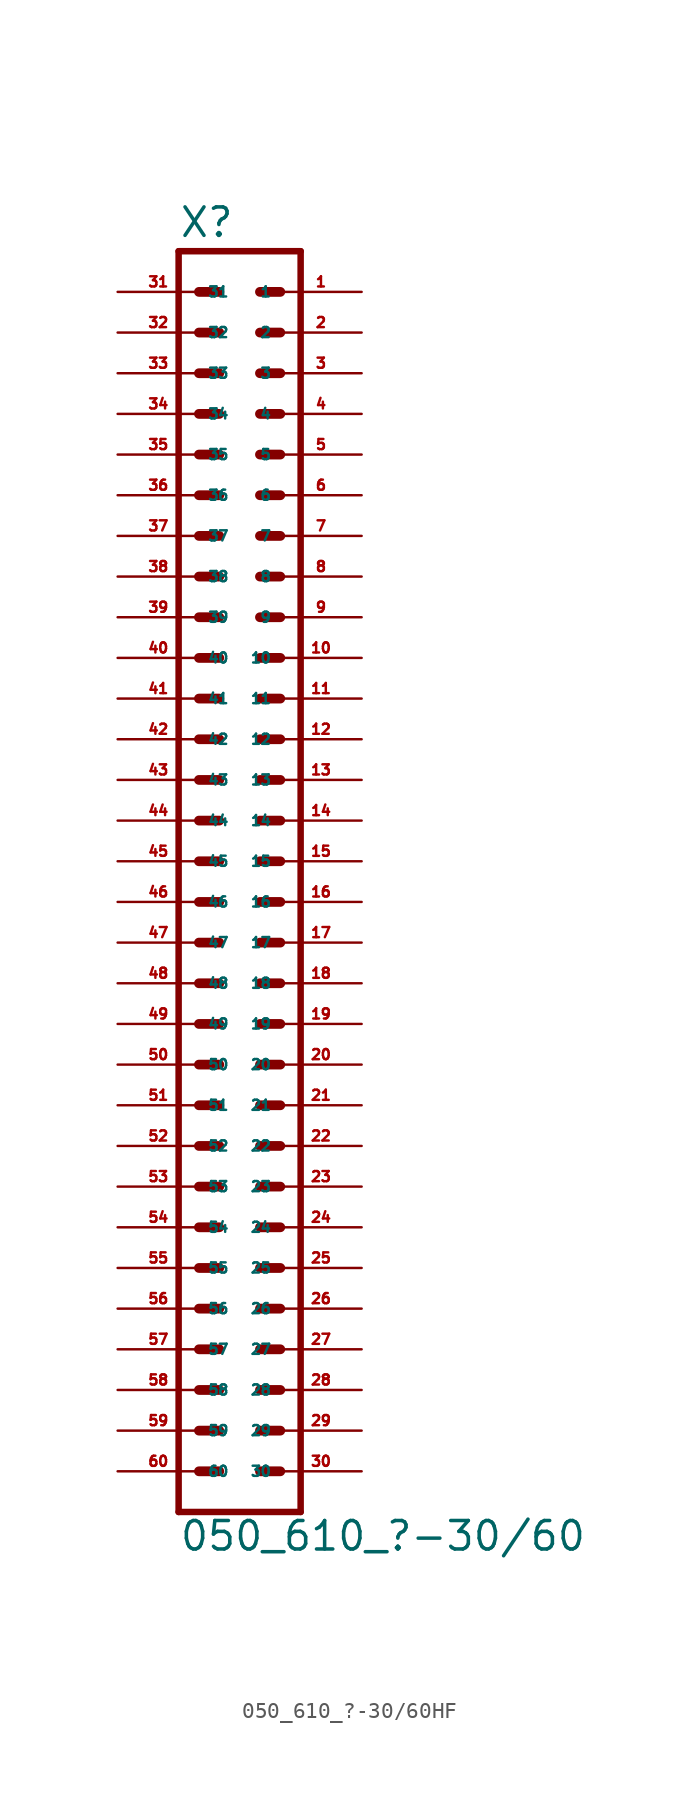
<source format=kicad_sym>
(kicad_symbol_lib
  (version 20220914)
  (generator Eagle2Kicad)
  (symbol "050_610_?-30/60HF"
    (property "Reference" "X"
      (at -3.81 38.862 0)
      (effects (font (size 1.778 1.778) (thickness 0.22)) (justify left bottom)))
    (property "Value" "050_610_?-30/60"
      (at -3.81 -43.18 0)
      (effects (font (size 1.778 1.778) (thickness 0.22)) (justify left bottom)))
    (polyline
      (pts (xy 3.81 -40.64) (xy -3.81 -40.64))
      (stroke (width 0.406) (type default))
      (fill (type none)))
    (polyline
      (pts (xy -3.81 38.1) (xy -3.81 -40.64))
      (stroke (width 0.406) (type default))
      (fill (type none)))
    (polyline
      (pts (xy 3.81 -40.64) (xy 3.81 38.1))
      (stroke (width 0.406) (type default))
      (fill (type none)))
    (polyline
      (pts (xy -3.81 38.1) (xy 3.81 38.1))
      (stroke (width 0.406) (type default))
      (fill (type none)))
    (polyline
      (pts (xy 1.27 35.56) (xy 2.54 35.56))
      (stroke (width 0.61) (type default))
      (fill (type none)))
    (polyline
      (pts (xy 1.27 33.02) (xy 2.54 33.02))
      (stroke (width 0.61) (type default))
      (fill (type none)))
    (polyline
      (pts (xy 1.27 30.48) (xy 2.54 30.48))
      (stroke (width 0.61) (type default))
      (fill (type none)))
    (polyline
      (pts (xy 1.27 27.94) (xy 2.54 27.94))
      (stroke (width 0.61) (type default))
      (fill (type none)))
    (polyline
      (pts (xy 1.27 25.4) (xy 2.54 25.4))
      (stroke (width 0.61) (type default))
      (fill (type none)))
    (polyline
      (pts (xy 1.27 22.86) (xy 2.54 22.86))
      (stroke (width 0.61) (type default))
      (fill (type none)))
    (polyline
      (pts (xy 1.27 20.32) (xy 2.54 20.32))
      (stroke (width 0.61) (type default))
      (fill (type none)))
    (polyline
      (pts (xy 1.27 17.78) (xy 2.54 17.78))
      (stroke (width 0.61) (type default))
      (fill (type none)))
    (polyline
      (pts (xy 1.27 15.24) (xy 2.54 15.24))
      (stroke (width 0.61) (type default))
      (fill (type none)))
    (polyline
      (pts (xy 1.27 12.7) (xy 2.54 12.7))
      (stroke (width 0.61) (type default))
      (fill (type none)))
    (polyline
      (pts (xy 1.27 10.16) (xy 2.54 10.16))
      (stroke (width 0.61) (type default))
      (fill (type none)))
    (polyline
      (pts (xy 1.27 7.62) (xy 2.54 7.62))
      (stroke (width 0.61) (type default))
      (fill (type none)))
    (polyline
      (pts (xy 1.27 5.08) (xy 2.54 5.08))
      (stroke (width 0.61) (type default))
      (fill (type none)))
    (polyline
      (pts (xy 1.27 2.54) (xy 2.54 2.54))
      (stroke (width 0.61) (type default))
      (fill (type none)))
    (polyline
      (pts (xy 1.27 0) (xy 2.54 0))
      (stroke (width 0.61) (type default))
      (fill (type none)))
    (polyline
      (pts (xy 1.27 -2.54) (xy 2.54 -2.54))
      (stroke (width 0.61) (type default))
      (fill (type none)))
    (polyline
      (pts (xy 1.27 -5.08) (xy 2.54 -5.08))
      (stroke (width 0.61) (type default))
      (fill (type none)))
    (polyline
      (pts (xy 1.27 -7.62) (xy 2.54 -7.62))
      (stroke (width 0.61) (type default))
      (fill (type none)))
    (polyline
      (pts (xy 1.27 -10.16) (xy 2.54 -10.16))
      (stroke (width 0.61) (type default))
      (fill (type none)))
    (polyline
      (pts (xy 1.27 -12.7) (xy 2.54 -12.7))
      (stroke (width 0.61) (type default))
      (fill (type none)))
    (polyline
      (pts (xy 1.27 -15.24) (xy 2.54 -15.24))
      (stroke (width 0.61) (type default))
      (fill (type none)))
    (polyline
      (pts (xy 1.27 -17.78) (xy 2.54 -17.78))
      (stroke (width 0.61) (type default))
      (fill (type none)))
    (polyline
      (pts (xy 1.27 -20.32) (xy 2.54 -20.32))
      (stroke (width 0.61) (type default))
      (fill (type none)))
    (polyline
      (pts (xy 1.27 -22.86) (xy 2.54 -22.86))
      (stroke (width 0.61) (type default))
      (fill (type none)))
    (polyline
      (pts (xy 1.27 -25.4) (xy 2.54 -25.4))
      (stroke (width 0.61) (type default))
      (fill (type none)))
    (polyline
      (pts (xy 1.27 -27.94) (xy 2.54 -27.94))
      (stroke (width 0.61) (type default))
      (fill (type none)))
    (polyline
      (pts (xy 1.27 -30.48) (xy 2.54 -30.48))
      (stroke (width 0.61) (type default))
      (fill (type none)))
    (polyline
      (pts (xy 1.27 -33.02) (xy 2.54 -33.02))
      (stroke (width 0.61) (type default))
      (fill (type none)))
    (polyline
      (pts (xy 1.27 -35.56) (xy 2.54 -35.56))
      (stroke (width 0.61) (type default))
      (fill (type none)))
    (polyline
      (pts (xy 1.27 -38.1) (xy 2.54 -38.1))
      (stroke (width 0.61) (type default))
      (fill (type none)))
    (polyline
      (pts (xy -1.27 35.56) (xy -2.54 35.56))
      (stroke (width 0.61) (type default))
      (fill (type none)))
    (polyline
      (pts (xy -1.27 33.02) (xy -2.54 33.02))
      (stroke (width 0.61) (type default))
      (fill (type none)))
    (polyline
      (pts (xy -1.27 30.48) (xy -2.54 30.48))
      (stroke (width 0.61) (type default))
      (fill (type none)))
    (polyline
      (pts (xy -1.27 27.94) (xy -2.54 27.94))
      (stroke (width 0.61) (type default))
      (fill (type none)))
    (polyline
      (pts (xy -1.27 25.4) (xy -2.54 25.4))
      (stroke (width 0.61) (type default))
      (fill (type none)))
    (polyline
      (pts (xy -1.27 22.86) (xy -2.54 22.86))
      (stroke (width 0.61) (type default))
      (fill (type none)))
    (polyline
      (pts (xy -1.27 20.32) (xy -2.54 20.32))
      (stroke (width 0.61) (type default))
      (fill (type none)))
    (polyline
      (pts (xy -1.27 17.78) (xy -2.54 17.78))
      (stroke (width 0.61) (type default))
      (fill (type none)))
    (polyline
      (pts (xy -1.27 15.24) (xy -2.54 15.24))
      (stroke (width 0.61) (type default))
      (fill (type none)))
    (polyline
      (pts (xy -1.27 12.7) (xy -2.54 12.7))
      (stroke (width 0.61) (type default))
      (fill (type none)))
    (polyline
      (pts (xy -1.27 10.16) (xy -2.54 10.16))
      (stroke (width 0.61) (type default))
      (fill (type none)))
    (polyline
      (pts (xy -1.27 7.62) (xy -2.54 7.62))
      (stroke (width 0.61) (type default))
      (fill (type none)))
    (polyline
      (pts (xy -1.27 5.08) (xy -2.54 5.08))
      (stroke (width 0.61) (type default))
      (fill (type none)))
    (polyline
      (pts (xy -1.27 2.54) (xy -2.54 2.54))
      (stroke (width 0.61) (type default))
      (fill (type none)))
    (polyline
      (pts (xy -1.27 0) (xy -2.54 0))
      (stroke (width 0.61) (type default))
      (fill (type none)))
    (polyline
      (pts (xy -1.27 -2.54) (xy -2.54 -2.54))
      (stroke (width 0.61) (type default))
      (fill (type none)))
    (polyline
      (pts (xy -1.27 -5.08) (xy -2.54 -5.08))
      (stroke (width 0.61) (type default))
      (fill (type none)))
    (polyline
      (pts (xy -1.27 -7.62) (xy -2.54 -7.62))
      (stroke (width 0.61) (type default))
      (fill (type none)))
    (polyline
      (pts (xy -1.27 -10.16) (xy -2.54 -10.16))
      (stroke (width 0.61) (type default))
      (fill (type none)))
    (polyline
      (pts (xy -1.27 -12.7) (xy -2.54 -12.7))
      (stroke (width 0.61) (type default))
      (fill (type none)))
    (polyline
      (pts (xy -1.27 -15.24) (xy -2.54 -15.24))
      (stroke (width 0.61) (type default))
      (fill (type none)))
    (polyline
      (pts (xy -1.27 -17.78) (xy -2.54 -17.78))
      (stroke (width 0.61) (type default))
      (fill (type none)))
    (polyline
      (pts (xy -1.27 -20.32) (xy -2.54 -20.32))
      (stroke (width 0.61) (type default))
      (fill (type none)))
    (polyline
      (pts (xy -1.27 -22.86) (xy -2.54 -22.86))
      (stroke (width 0.61) (type default))
      (fill (type none)))
    (polyline
      (pts (xy -1.27 -25.4) (xy -2.54 -25.4))
      (stroke (width 0.61) (type default))
      (fill (type none)))
    (polyline
      (pts (xy -1.27 -27.94) (xy -2.54 -27.94))
      (stroke (width 0.61) (type default))
      (fill (type none)))
    (polyline
      (pts (xy -1.27 -30.48) (xy -2.54 -30.48))
      (stroke (width 0.61) (type default))
      (fill (type none)))
    (polyline
      (pts (xy -1.27 -33.02) (xy -2.54 -33.02))
      (stroke (width 0.61) (type default))
      (fill (type none)))
    (polyline
      (pts (xy -1.27 -35.56) (xy -2.54 -35.56))
      (stroke (width 0.61) (type default))
      (fill (type none)))
    (polyline
      (pts (xy -1.27 -38.1) (xy -2.54 -38.1))
      (stroke (width 0.61) (type default))
      (fill (type none)))
    (pin passive line
      (at 7.62 35.56 180)
      (length 5.08)
      (name "1" (effects (font (size 0.635 0.635) (thickness 0.08)) (justify left bottom)))
      (number "1" (effects (font (size 0.635 0.635) (thickness 0.08)) (justify left bottom))))
    (pin passive line
      (at 7.62 33.02 180)
      (length 5.08)
      (name "2" (effects (font (size 0.635 0.635) (thickness 0.08)) (justify left bottom)))
      (number "2" (effects (font (size 0.635 0.635) (thickness 0.08)) (justify left bottom))))
    (pin passive line
      (at 7.62 30.48 180)
      (length 5.08)
      (name "3" (effects (font (size 0.635 0.635) (thickness 0.08)) (justify left bottom)))
      (number "3" (effects (font (size 0.635 0.635) (thickness 0.08)) (justify left bottom))))
    (pin passive line
      (at 7.62 27.94 180)
      (length 5.08)
      (name "4" (effects (font (size 0.635 0.635) (thickness 0.08)) (justify left bottom)))
      (number "4" (effects (font (size 0.635 0.635) (thickness 0.08)) (justify left bottom))))
    (pin passive line
      (at 7.62 25.4 180)
      (length 5.08)
      (name "5" (effects (font (size 0.635 0.635) (thickness 0.08)) (justify left bottom)))
      (number "5" (effects (font (size 0.635 0.635) (thickness 0.08)) (justify left bottom))))
    (pin passive line
      (at 7.62 22.86 180)
      (length 5.08)
      (name "6" (effects (font (size 0.635 0.635) (thickness 0.08)) (justify left bottom)))
      (number "6" (effects (font (size 0.635 0.635) (thickness 0.08)) (justify left bottom))))
    (pin passive line
      (at 7.62 20.32 180)
      (length 5.08)
      (name "7" (effects (font (size 0.635 0.635) (thickness 0.08)) (justify left bottom)))
      (number "7" (effects (font (size 0.635 0.635) (thickness 0.08)) (justify left bottom))))
    (pin passive line
      (at 7.62 17.78 180)
      (length 5.08)
      (name "8" (effects (font (size 0.635 0.635) (thickness 0.08)) (justify left bottom)))
      (number "8" (effects (font (size 0.635 0.635) (thickness 0.08)) (justify left bottom))))
    (pin passive line
      (at 7.62 15.24 180)
      (length 5.08)
      (name "9" (effects (font (size 0.635 0.635) (thickness 0.08)) (justify left bottom)))
      (number "9" (effects (font (size 0.635 0.635) (thickness 0.08)) (justify left bottom))))
    (pin passive line
      (at 7.62 12.7 180)
      (length 5.08)
      (name "10" (effects (font (size 0.635 0.635) (thickness 0.08)) (justify left bottom)))
      (number "10" (effects (font (size 0.635 0.635) (thickness 0.08)) (justify left bottom))))
    (pin passive line
      (at 7.62 10.16 180)
      (length 5.08)
      (name "11" (effects (font (size 0.635 0.635) (thickness 0.08)) (justify left bottom)))
      (number "11" (effects (font (size 0.635 0.635) (thickness 0.08)) (justify left bottom))))
    (pin passive line
      (at 7.62 7.62 180)
      (length 5.08)
      (name "12" (effects (font (size 0.635 0.635) (thickness 0.08)) (justify left bottom)))
      (number "12" (effects (font (size 0.635 0.635) (thickness 0.08)) (justify left bottom))))
    (pin passive line
      (at 7.62 5.08 180)
      (length 5.08)
      (name "13" (effects (font (size 0.635 0.635) (thickness 0.08)) (justify left bottom)))
      (number "13" (effects (font (size 0.635 0.635) (thickness 0.08)) (justify left bottom))))
    (pin passive line
      (at 7.62 2.54 180)
      (length 5.08)
      (name "14" (effects (font (size 0.635 0.635) (thickness 0.08)) (justify left bottom)))
      (number "14" (effects (font (size 0.635 0.635) (thickness 0.08)) (justify left bottom))))
    (pin passive line
      (at 7.62 0 180)
      (length 5.08)
      (name "15" (effects (font (size 0.635 0.635) (thickness 0.08)) (justify left bottom)))
      (number "15" (effects (font (size 0.635 0.635) (thickness 0.08)) (justify left bottom))))
    (pin passive line
      (at 7.62 -2.54 180)
      (length 5.08)
      (name "16" (effects (font (size 0.635 0.635) (thickness 0.08)) (justify left bottom)))
      (number "16" (effects (font (size 0.635 0.635) (thickness 0.08)) (justify left bottom))))
    (pin passive line
      (at 7.62 -5.08 180)
      (length 5.08)
      (name "17" (effects (font (size 0.635 0.635) (thickness 0.08)) (justify left bottom)))
      (number "17" (effects (font (size 0.635 0.635) (thickness 0.08)) (justify left bottom))))
    (pin passive line
      (at 7.62 -7.62 180)
      (length 5.08)
      (name "18" (effects (font (size 0.635 0.635) (thickness 0.08)) (justify left bottom)))
      (number "18" (effects (font (size 0.635 0.635) (thickness 0.08)) (justify left bottom))))
    (pin passive line
      (at 7.62 -10.16 180)
      (length 5.08)
      (name "19" (effects (font (size 0.635 0.635) (thickness 0.08)) (justify left bottom)))
      (number "19" (effects (font (size 0.635 0.635) (thickness 0.08)) (justify left bottom))))
    (pin passive line
      (at 7.62 -12.7 180)
      (length 5.08)
      (name "20" (effects (font (size 0.635 0.635) (thickness 0.08)) (justify left bottom)))
      (number "20" (effects (font (size 0.635 0.635) (thickness 0.08)) (justify left bottom))))
    (pin passive line
      (at 7.62 -15.24 180)
      (length 5.08)
      (name "21" (effects (font (size 0.635 0.635) (thickness 0.08)) (justify left bottom)))
      (number "21" (effects (font (size 0.635 0.635) (thickness 0.08)) (justify left bottom))))
    (pin passive line
      (at 7.62 -17.78 180)
      (length 5.08)
      (name "22" (effects (font (size 0.635 0.635) (thickness 0.08)) (justify left bottom)))
      (number "22" (effects (font (size 0.635 0.635) (thickness 0.08)) (justify left bottom))))
    (pin passive line
      (at 7.62 -20.32 180)
      (length 5.08)
      (name "23" (effects (font (size 0.635 0.635) (thickness 0.08)) (justify left bottom)))
      (number "23" (effects (font (size 0.635 0.635) (thickness 0.08)) (justify left bottom))))
    (pin passive line
      (at 7.62 -22.86 180)
      (length 5.08)
      (name "24" (effects (font (size 0.635 0.635) (thickness 0.08)) (justify left bottom)))
      (number "24" (effects (font (size 0.635 0.635) (thickness 0.08)) (justify left bottom))))
    (pin passive line
      (at 7.62 -25.4 180)
      (length 5.08)
      (name "25" (effects (font (size 0.635 0.635) (thickness 0.08)) (justify left bottom)))
      (number "25" (effects (font (size 0.635 0.635) (thickness 0.08)) (justify left bottom))))
    (pin passive line
      (at 7.62 -27.94 180)
      (length 5.08)
      (name "26" (effects (font (size 0.635 0.635) (thickness 0.08)) (justify left bottom)))
      (number "26" (effects (font (size 0.635 0.635) (thickness 0.08)) (justify left bottom))))
    (pin passive line
      (at 7.62 -30.48 180)
      (length 5.08)
      (name "27" (effects (font (size 0.635 0.635) (thickness 0.08)) (justify left bottom)))
      (number "27" (effects (font (size 0.635 0.635) (thickness 0.08)) (justify left bottom))))
    (pin passive line
      (at 7.62 -33.02 180)
      (length 5.08)
      (name "28" (effects (font (size 0.635 0.635) (thickness 0.08)) (justify left bottom)))
      (number "28" (effects (font (size 0.635 0.635) (thickness 0.08)) (justify left bottom))))
    (pin passive line
      (at 7.62 -35.56 180)
      (length 5.08)
      (name "29" (effects (font (size 0.635 0.635) (thickness 0.08)) (justify left bottom)))
      (number "29" (effects (font (size 0.635 0.635) (thickness 0.08)) (justify left bottom))))
    (pin passive line
      (at 7.62 -38.1 180)
      (length 5.08)
      (name "30" (effects (font (size 0.635 0.635) (thickness 0.08)) (justify left bottom)))
      (number "30" (effects (font (size 0.635 0.635) (thickness 0.08)) (justify left bottom))))
    (pin passive line
      (at -7.62 35.56 0)
      (length 5.08)
      (name "31" (effects (font (size 0.635 0.635) (thickness 0.08)) (justify left bottom)))
      (number "31" (effects (font (size 0.635 0.635) (thickness 0.08)) (justify left bottom))))
    (pin passive line
      (at -7.62 33.02 0)
      (length 5.08)
      (name "32" (effects (font (size 0.635 0.635) (thickness 0.08)) (justify left bottom)))
      (number "32" (effects (font (size 0.635 0.635) (thickness 0.08)) (justify left bottom))))
    (pin passive line
      (at -7.62 30.48 0)
      (length 5.08)
      (name "33" (effects (font (size 0.635 0.635) (thickness 0.08)) (justify left bottom)))
      (number "33" (effects (font (size 0.635 0.635) (thickness 0.08)) (justify left bottom))))
    (pin passive line
      (at -7.62 27.94 0)
      (length 5.08)
      (name "34" (effects (font (size 0.635 0.635) (thickness 0.08)) (justify left bottom)))
      (number "34" (effects (font (size 0.635 0.635) (thickness 0.08)) (justify left bottom))))
    (pin passive line
      (at -7.62 25.4 0)
      (length 5.08)
      (name "35" (effects (font (size 0.635 0.635) (thickness 0.08)) (justify left bottom)))
      (number "35" (effects (font (size 0.635 0.635) (thickness 0.08)) (justify left bottom))))
    (pin passive line
      (at -7.62 22.86 0)
      (length 5.08)
      (name "36" (effects (font (size 0.635 0.635) (thickness 0.08)) (justify left bottom)))
      (number "36" (effects (font (size 0.635 0.635) (thickness 0.08)) (justify left bottom))))
    (pin passive line
      (at -7.62 20.32 0)
      (length 5.08)
      (name "37" (effects (font (size 0.635 0.635) (thickness 0.08)) (justify left bottom)))
      (number "37" (effects (font (size 0.635 0.635) (thickness 0.08)) (justify left bottom))))
    (pin passive line
      (at -7.62 17.78 0)
      (length 5.08)
      (name "38" (effects (font (size 0.635 0.635) (thickness 0.08)) (justify left bottom)))
      (number "38" (effects (font (size 0.635 0.635) (thickness 0.08)) (justify left bottom))))
    (pin passive line
      (at -7.62 15.24 0)
      (length 5.08)
      (name "39" (effects (font (size 0.635 0.635) (thickness 0.08)) (justify left bottom)))
      (number "39" (effects (font (size 0.635 0.635) (thickness 0.08)) (justify left bottom))))
    (pin passive line
      (at -7.62 12.7 0)
      (length 5.08)
      (name "40" (effects (font (size 0.635 0.635) (thickness 0.08)) (justify left bottom)))
      (number "40" (effects (font (size 0.635 0.635) (thickness 0.08)) (justify left bottom))))
    (pin passive line
      (at -7.62 10.16 0)
      (length 5.08)
      (name "41" (effects (font (size 0.635 0.635) (thickness 0.08)) (justify left bottom)))
      (number "41" (effects (font (size 0.635 0.635) (thickness 0.08)) (justify left bottom))))
    (pin passive line
      (at -7.62 7.62 0)
      (length 5.08)
      (name "42" (effects (font (size 0.635 0.635) (thickness 0.08)) (justify left bottom)))
      (number "42" (effects (font (size 0.635 0.635) (thickness 0.08)) (justify left bottom))))
    (pin passive line
      (at -7.62 5.08 0)
      (length 5.08)
      (name "43" (effects (font (size 0.635 0.635) (thickness 0.08)) (justify left bottom)))
      (number "43" (effects (font (size 0.635 0.635) (thickness 0.08)) (justify left bottom))))
    (pin passive line
      (at -7.62 2.54 0)
      (length 5.08)
      (name "44" (effects (font (size 0.635 0.635) (thickness 0.08)) (justify left bottom)))
      (number "44" (effects (font (size 0.635 0.635) (thickness 0.08)) (justify left bottom))))
    (pin passive line
      (at -7.62 0 0)
      (length 5.08)
      (name "45" (effects (font (size 0.635 0.635) (thickness 0.08)) (justify left bottom)))
      (number "45" (effects (font (size 0.635 0.635) (thickness 0.08)) (justify left bottom))))
    (pin passive line
      (at -7.62 -2.54 0)
      (length 5.08)
      (name "46" (effects (font (size 0.635 0.635) (thickness 0.08)) (justify left bottom)))
      (number "46" (effects (font (size 0.635 0.635) (thickness 0.08)) (justify left bottom))))
    (pin passive line
      (at -7.62 -5.08 0)
      (length 5.08)
      (name "47" (effects (font (size 0.635 0.635) (thickness 0.08)) (justify left bottom)))
      (number "47" (effects (font (size 0.635 0.635) (thickness 0.08)) (justify left bottom))))
    (pin passive line
      (at -7.62 -7.62 0)
      (length 5.08)
      (name "48" (effects (font (size 0.635 0.635) (thickness 0.08)) (justify left bottom)))
      (number "48" (effects (font (size 0.635 0.635) (thickness 0.08)) (justify left bottom))))
    (pin passive line
      (at -7.62 -10.16 0)
      (length 5.08)
      (name "49" (effects (font (size 0.635 0.635) (thickness 0.08)) (justify left bottom)))
      (number "49" (effects (font (size 0.635 0.635) (thickness 0.08)) (justify left bottom))))
    (pin passive line
      (at -7.62 -12.7 0)
      (length 5.08)
      (name "50" (effects (font (size 0.635 0.635) (thickness 0.08)) (justify left bottom)))
      (number "50" (effects (font (size 0.635 0.635) (thickness 0.08)) (justify left bottom))))
    (pin passive line
      (at -7.62 -15.24 0)
      (length 5.08)
      (name "51" (effects (font (size 0.635 0.635) (thickness 0.08)) (justify left bottom)))
      (number "51" (effects (font (size 0.635 0.635) (thickness 0.08)) (justify left bottom))))
    (pin passive line
      (at -7.62 -17.78 0)
      (length 5.08)
      (name "52" (effects (font (size 0.635 0.635) (thickness 0.08)) (justify left bottom)))
      (number "52" (effects (font (size 0.635 0.635) (thickness 0.08)) (justify left bottom))))
    (pin passive line
      (at -7.62 -20.32 0)
      (length 5.08)
      (name "53" (effects (font (size 0.635 0.635) (thickness 0.08)) (justify left bottom)))
      (number "53" (effects (font (size 0.635 0.635) (thickness 0.08)) (justify left bottom))))
    (pin passive line
      (at -7.62 -22.86 0)
      (length 5.08)
      (name "54" (effects (font (size 0.635 0.635) (thickness 0.08)) (justify left bottom)))
      (number "54" (effects (font (size 0.635 0.635) (thickness 0.08)) (justify left bottom))))
    (pin passive line
      (at -7.62 -25.4 0)
      (length 5.08)
      (name "55" (effects (font (size 0.635 0.635) (thickness 0.08)) (justify left bottom)))
      (number "55" (effects (font (size 0.635 0.635) (thickness 0.08)) (justify left bottom))))
    (pin passive line
      (at -7.62 -27.94 0)
      (length 5.08)
      (name "56" (effects (font (size 0.635 0.635) (thickness 0.08)) (justify left bottom)))
      (number "56" (effects (font (size 0.635 0.635) (thickness 0.08)) (justify left bottom))))
    (pin passive line
      (at -7.62 -30.48 0)
      (length 5.08)
      (name "57" (effects (font (size 0.635 0.635) (thickness 0.08)) (justify left bottom)))
      (number "57" (effects (font (size 0.635 0.635) (thickness 0.08)) (justify left bottom))))
    (pin passive line
      (at -7.62 -33.02 0)
      (length 5.08)
      (name "58" (effects (font (size 0.635 0.635) (thickness 0.08)) (justify left bottom)))
      (number "58" (effects (font (size 0.635 0.635) (thickness 0.08)) (justify left bottom))))
    (pin passive line
      (at -7.62 -35.56 0)
      (length 5.08)
      (name "59" (effects (font (size 0.635 0.635) (thickness 0.08)) (justify left bottom)))
      (number "59" (effects (font (size 0.635 0.635) (thickness 0.08)) (justify left bottom))))
    (pin passive line
      (at -7.62 -38.1 0)
      (length 5.08)
      (name "60" (effects (font (size 0.635 0.635) (thickness 0.08)) (justify left bottom)))
      (number "60" (effects (font (size 0.635 0.635) (thickness 0.08)) (justify left bottom))))))
</source>
